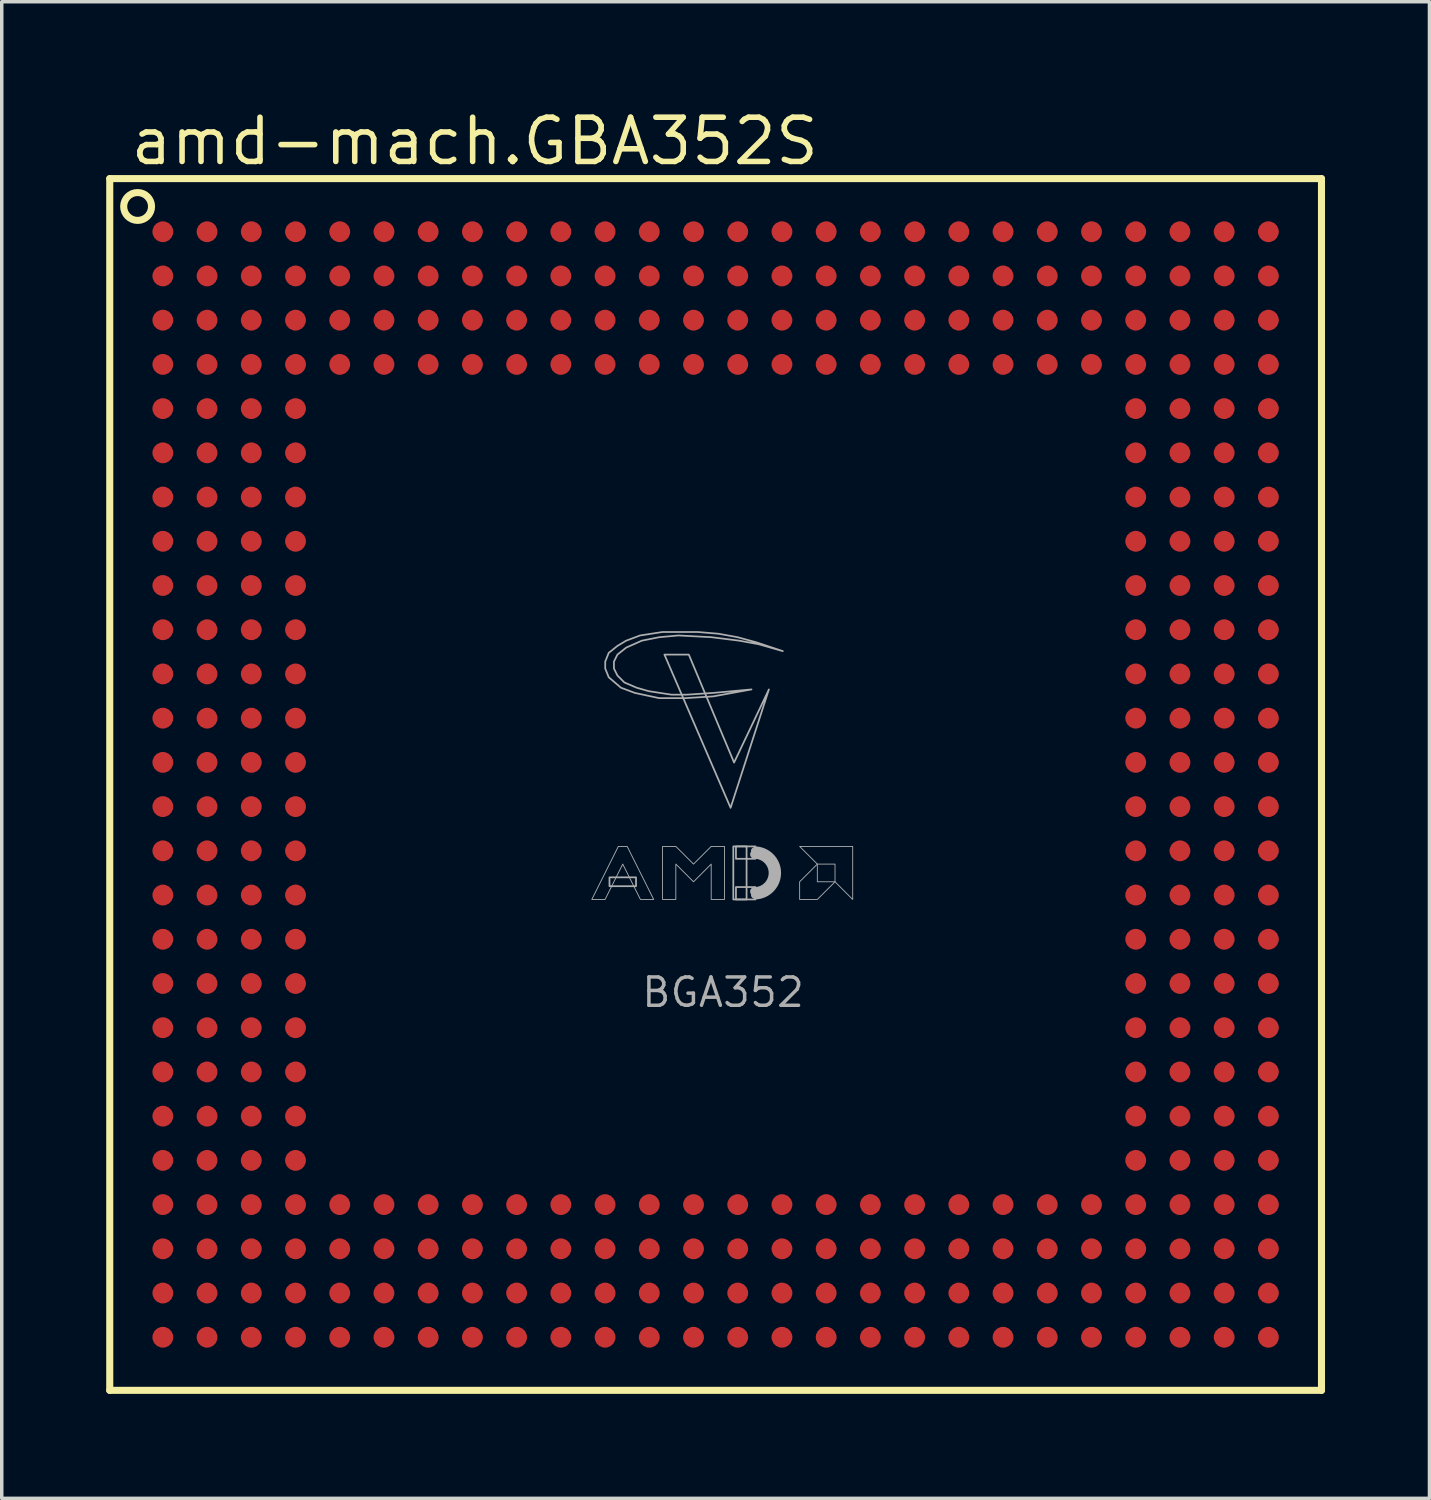
<source format=kicad_pcb>
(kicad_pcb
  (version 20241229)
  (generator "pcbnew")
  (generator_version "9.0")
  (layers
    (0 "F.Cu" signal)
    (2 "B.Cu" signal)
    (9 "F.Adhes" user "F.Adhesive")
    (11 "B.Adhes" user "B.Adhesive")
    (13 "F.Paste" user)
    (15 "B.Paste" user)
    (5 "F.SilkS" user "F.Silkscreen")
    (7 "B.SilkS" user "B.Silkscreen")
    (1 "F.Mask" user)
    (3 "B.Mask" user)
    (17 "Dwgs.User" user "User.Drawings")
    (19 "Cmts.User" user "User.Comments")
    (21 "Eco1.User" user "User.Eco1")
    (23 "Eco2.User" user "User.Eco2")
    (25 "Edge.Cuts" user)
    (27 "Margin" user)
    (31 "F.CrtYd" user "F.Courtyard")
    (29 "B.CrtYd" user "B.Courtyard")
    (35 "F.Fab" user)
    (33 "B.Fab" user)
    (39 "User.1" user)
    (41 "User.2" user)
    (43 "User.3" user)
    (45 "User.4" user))
  (footprint "amd-mach.GBA352S"
    (layer "F.Cu")
    (at 17.502 19.48)
    (property "Reference" "amd-mach.GBA352S" (at -16.88 -17.73 0) (layer "F.SilkS") (effects (font (size 1.27 1.27) (thickness 0.16)) (justify left bottom)))
    (attr smd)
    (fp_line (start -17.4 -17.4) (end -17.4 17.4) (stroke (width 0.203) (type default)) (layer "F.SilkS"))
    (fp_line (start -17.4 17.4) (end 17.4 17.4) (stroke (width 0.203) (type default)) (layer "F.SilkS"))
    (fp_line (start 17.4 -17.4) (end -17.4 -17.4) (stroke (width 0.203) (type default)) (layer "F.SilkS"))
    (fp_line (start 17.4 17.4) (end 17.4 -17.4) (stroke (width 0.203) (type default)) (layer "F.SilkS"))
    (fp_circle (center -16.6 -16.6) (end -16.2 -16.6) (stroke (width 0.203) (type default)) (fill no) (layer "F.SilkS"))
    (fp_rect (start -3.048 2.921) (end -2.286 2.667) (stroke (width 0.05) (type default)) (fill no) (layer "F.Fab"))
    (fp_rect (start 0.508 3.302) (end 0.889 1.778) (stroke (width 0.05) (type default)) (fill no) (layer "F.Fab"))
    (fp_rect (start 0.584 2.134) (end 1.143 1.778) (stroke (width 0.05) (type default)) (fill no) (layer "F.Fab"))
    (fp_rect (start 0.584 3.302) (end 1.143 2.946) (stroke (width 0.05) (type default)) (fill no) (layer "F.Fab"))
    (fp_arc (start 1.1176 1.8034) (mid 1.8542 2.54) (end 1.1176 3.2766) (stroke (width 0.0508) (type default)) (layer "F.Fab"))
    (fp_arc (start 1.1176 1.905) (mid 1.7526 2.54) (end 1.1176 3.175) (stroke (width 0.2032) (type default)) (layer "F.Fab"))
    (fp_arc (start 1.1176 2.0066) (mid 1.651 2.54) (end 1.1176 3.0734) (stroke (width 0.254) (type default)) (layer "F.Fab"))
    (fp_poly (pts (xy -1.47 -3.73) (xy -0.77 -3.73) (xy 0.53 -0.63) (xy 1.53 -2.73) (xy 0.43 0.67)) (stroke (width 0.05) (type default)) (fill no) (layer "F.Fab"))
    (fp_poly (pts (xy 2.413 1.778) (xy 3.937 1.778) (xy 3.937 3.302) (xy 3.429 2.794) (xy 3.429 2.286) (xy 2.921 2.286)) (stroke (width 0.025) (type default)) (fill no) (layer "F.Fab"))
    (fp_poly (pts (xy 2.921 2.286) (xy 2.413 2.794) (xy 2.413 3.302) (xy 2.921 3.302) (xy 3.429 2.794) (xy 2.921 2.794)) (stroke (width 0.025) (type default)) (fill no) (layer "F.Fab"))
    (fp_poly (pts (xy -3.556 3.302) (xy -2.794 1.778) (xy -2.54 1.778) (xy -1.778 3.302) (xy -2.159 3.302) (xy -2.667 2.286) (xy -3.175 3.302)) (stroke (width 0.025) (type default)) (fill no) (layer "F.Fab"))
    (fp_poly (pts (xy -1.524 3.302) (xy -1.524 1.778) (xy -1.143 1.778) (xy -0.635 2.286) (xy -0.127 1.778) (xy 0.254 1.778) (xy 0.254 3.302) (xy -0.127 3.302) (xy -0.127 2.286) (xy -0.635 2.794) (xy -1.143 2.286) (xy -1.143 3.302)) (stroke (width 0.025) (type default)) (fill no) (layer "F.Fab"))
    (fp_poly (pts (xy 1.93 -3.83) (xy 1.18 -4.08) (xy 0.63 -4.23) (xy 0.08 -4.33) (xy -0.52 -4.38) (xy -1.52 -4.38) (xy -2.17 -4.28) (xy -2.57 -4.13) (xy -2.82 -3.98) (xy -3.07 -3.78) (xy -3.17 -3.53) (xy -3.17 -3.33) (xy -3.07 -3.08) (xy -2.72 -2.78) (xy -2.32 -2.63) (xy -1.62 -2.48) (xy -0.87 -2.48) (xy -0.07 -2.53) (xy 1.03 -2.73) (xy -0.07 -2.63) (xy -0.82 -2.58) (xy -1.27 -2.58) (xy -1.92 -2.68) (xy -2.27 -2.78) (xy -2.62 -2.93) (xy -2.82 -3.13) (xy -2.92 -3.33) (xy -2.92 -3.53) (xy -2.82 -3.73) (xy -2.57 -3.93) (xy -2.12 -4.13) (xy -1.62 -4.23) (xy -1.07 -4.28) (xy -0.12 -4.23) (xy 0.68 -4.13) (xy 1.23 -4.03)) (stroke (width 0.05) (type default)) (fill no) (layer "F.Fab"))
    (fp_text user "BGA352" (at -2.175 6.445 0) (layer "F.Fab") (effects (font (size 0.813 0.813) (thickness 0.1)) (justify left bottom)))
    (pad "A1" smd roundrect (at -15.875 -15.875) (size 0.6 0.6) (layers "F.Cu" "F.Mask" "F.Paste") (roundrect_rratio 0.5))
    (pad "A2" smd roundrect (at -14.605 -15.875) (size 0.6 0.6) (layers "F.Cu" "F.Mask" "F.Paste") (roundrect_rratio 0.5))
    (pad "A3" smd roundrect (at -13.335 -15.875) (size 0.6 0.6) (layers "F.Cu" "F.Mask" "F.Paste") (roundrect_rratio 0.5))
    (pad "A4" smd roundrect (at -12.065 -15.875) (size 0.6 0.6) (layers "F.Cu" "F.Mask" "F.Paste") (roundrect_rratio 0.5))
    (pad "A5" smd roundrect (at -10.795 -15.875) (size 0.6 0.6) (layers "F.Cu" "F.Mask" "F.Paste") (roundrect_rratio 0.5))
    (pad "A6" smd roundrect (at -9.525 -15.875) (size 0.6 0.6) (layers "F.Cu" "F.Mask" "F.Paste") (roundrect_rratio 0.5))
    (pad "A7" smd roundrect (at -8.255 -15.875) (size 0.6 0.6) (layers "F.Cu" "F.Mask" "F.Paste") (roundrect_rratio 0.5))
    (pad "A8" smd roundrect (at -6.985 -15.875) (size 0.6 0.6) (layers "F.Cu" "F.Mask" "F.Paste") (roundrect_rratio 0.5))
    (pad "A9" smd roundrect (at -5.715 -15.875) (size 0.6 0.6) (layers "F.Cu" "F.Mask" "F.Paste") (roundrect_rratio 0.5))
    (pad "A10" smd roundrect (at -4.445 -15.875) (size 0.6 0.6) (layers "F.Cu" "F.Mask" "F.Paste") (roundrect_rratio 0.5))
    (pad "A11" smd roundrect (at -3.175 -15.875) (size 0.6 0.6) (layers "F.Cu" "F.Mask" "F.Paste") (roundrect_rratio 0.5))
    (pad "A12" smd roundrect (at -1.905 -15.875) (size 0.6 0.6) (layers "F.Cu" "F.Mask" "F.Paste") (roundrect_rratio 0.5))
    (pad "A13" smd roundrect (at -0.635 -15.875) (size 0.6 0.6) (layers "F.Cu" "F.Mask" "F.Paste") (roundrect_rratio 0.5))
    (pad "A14" smd roundrect (at 0.635 -15.875) (size 0.6 0.6) (layers "F.Cu" "F.Mask" "F.Paste") (roundrect_rratio 0.5))
    (pad "A15" smd roundrect (at 1.905 -15.875) (size 0.6 0.6) (layers "F.Cu" "F.Mask" "F.Paste") (roundrect_rratio 0.5))
    (pad "A16" smd roundrect (at 3.175 -15.875) (size 0.6 0.6) (layers "F.Cu" "F.Mask" "F.Paste") (roundrect_rratio 0.5))
    (pad "A17" smd roundrect (at 4.445 -15.875) (size 0.6 0.6) (layers "F.Cu" "F.Mask" "F.Paste") (roundrect_rratio 0.5))
    (pad "A18" smd roundrect (at 5.715 -15.875) (size 0.6 0.6) (layers "F.Cu" "F.Mask" "F.Paste") (roundrect_rratio 0.5))
    (pad "A19" smd roundrect (at 6.985 -15.875) (size 0.6 0.6) (layers "F.Cu" "F.Mask" "F.Paste") (roundrect_rratio 0.5))
    (pad "A20" smd roundrect (at 8.255 -15.875) (size 0.6 0.6) (layers "F.Cu" "F.Mask" "F.Paste") (roundrect_rratio 0.5))
    (pad "A21" smd roundrect (at 9.525 -15.875) (size 0.6 0.6) (layers "F.Cu" "F.Mask" "F.Paste") (roundrect_rratio 0.5))
    (pad "A22" smd roundrect (at 10.795 -15.875) (size 0.6 0.6) (layers "F.Cu" "F.Mask" "F.Paste") (roundrect_rratio 0.5))
    (pad "A23" smd roundrect (at 12.065 -15.875) (size 0.6 0.6) (layers "F.Cu" "F.Mask" "F.Paste") (roundrect_rratio 0.5))
    (pad "A24" smd roundrect (at 13.335 -15.875) (size 0.6 0.6) (layers "F.Cu" "F.Mask" "F.Paste") (roundrect_rratio 0.5))
    (pad "A25" smd roundrect (at 14.605 -15.875) (size 0.6 0.6) (layers "F.Cu" "F.Mask" "F.Paste") (roundrect_rratio 0.5))
    (pad "A26" smd roundrect (at 15.875 -15.875) (size 0.6 0.6) (layers "F.Cu" "F.Mask" "F.Paste") (roundrect_rratio 0.5))
    (pad "AA1" smd roundrect (at -15.875 9.525) (size 0.6 0.6) (layers "F.Cu" "F.Mask" "F.Paste") (roundrect_rratio 0.5))
    (pad "AA2" smd roundrect (at -14.605 9.525) (size 0.6 0.6) (layers "F.Cu" "F.Mask" "F.Paste") (roundrect_rratio 0.5))
    (pad "AA3" smd roundrect (at -13.335 9.525) (size 0.6 0.6) (layers "F.Cu" "F.Mask" "F.Paste") (roundrect_rratio 0.5))
    (pad "AA4" smd roundrect (at -12.065 9.525) (size 0.6 0.6) (layers "F.Cu" "F.Mask" "F.Paste") (roundrect_rratio 0.5))
    (pad "AA23" smd roundrect (at 12.065 9.525) (size 0.6 0.6) (layers "F.Cu" "F.Mask" "F.Paste") (roundrect_rratio 0.5))
    (pad "AA24" smd roundrect (at 13.335 9.525) (size 0.6 0.6) (layers "F.Cu" "F.Mask" "F.Paste") (roundrect_rratio 0.5))
    (pad "AA25" smd roundrect (at 14.605 9.525) (size 0.6 0.6) (layers "F.Cu" "F.Mask" "F.Paste") (roundrect_rratio 0.5))
    (pad "AA26" smd roundrect (at 15.875 9.525) (size 0.6 0.6) (layers "F.Cu" "F.Mask" "F.Paste") (roundrect_rratio 0.5))
    (pad "AB1" smd roundrect (at -15.875 10.795) (size 0.6 0.6) (layers "F.Cu" "F.Mask" "F.Paste") (roundrect_rratio 0.5))
    (pad "AB2" smd roundrect (at -14.605 10.795) (size 0.6 0.6) (layers "F.Cu" "F.Mask" "F.Paste") (roundrect_rratio 0.5))
    (pad "AB3" smd roundrect (at -13.335 10.795) (size 0.6 0.6) (layers "F.Cu" "F.Mask" "F.Paste") (roundrect_rratio 0.5))
    (pad "AB4" smd roundrect (at -12.065 10.795) (size 0.6 0.6) (layers "F.Cu" "F.Mask" "F.Paste") (roundrect_rratio 0.5))
    (pad "AB23" smd roundrect (at 12.065 10.795) (size 0.6 0.6) (layers "F.Cu" "F.Mask" "F.Paste") (roundrect_rratio 0.5))
    (pad "AB24" smd roundrect (at 13.335 10.795) (size 0.6 0.6) (layers "F.Cu" "F.Mask" "F.Paste") (roundrect_rratio 0.5))
    (pad "AB25" smd roundrect (at 14.605 10.795) (size 0.6 0.6) (layers "F.Cu" "F.Mask" "F.Paste") (roundrect_rratio 0.5))
    (pad "AB26" smd roundrect (at 15.875 10.795) (size 0.6 0.6) (layers "F.Cu" "F.Mask" "F.Paste") (roundrect_rratio 0.5))
    (pad "AC1" smd roundrect (at -15.875 12.065) (size 0.6 0.6) (layers "F.Cu" "F.Mask" "F.Paste") (roundrect_rratio 0.5))
    (pad "AC2" smd roundrect (at -14.605 12.065) (size 0.6 0.6) (layers "F.Cu" "F.Mask" "F.Paste") (roundrect_rratio 0.5))
    (pad "AC3" smd roundrect (at -13.335 12.065) (size 0.6 0.6) (layers "F.Cu" "F.Mask" "F.Paste") (roundrect_rratio 0.5))
    (pad "AC4" smd roundrect (at -12.065 12.065) (size 0.6 0.6) (layers "F.Cu" "F.Mask" "F.Paste") (roundrect_rratio 0.5))
    (pad "AC5" smd roundrect (at -10.795 12.065) (size 0.6 0.6) (layers "F.Cu" "F.Mask" "F.Paste") (roundrect_rratio 0.5))
    (pad "AC6" smd roundrect (at -9.525 12.065) (size 0.6 0.6) (layers "F.Cu" "F.Mask" "F.Paste") (roundrect_rratio 0.5))
    (pad "AC7" smd roundrect (at -8.255 12.065) (size 0.6 0.6) (layers "F.Cu" "F.Mask" "F.Paste") (roundrect_rratio 0.5))
    (pad "AC8" smd roundrect (at -6.985 12.065) (size 0.6 0.6) (layers "F.Cu" "F.Mask" "F.Paste") (roundrect_rratio 0.5))
    (pad "AC9" smd roundrect (at -5.715 12.065) (size 0.6 0.6) (layers "F.Cu" "F.Mask" "F.Paste") (roundrect_rratio 0.5))
    (pad "AC10" smd roundrect (at -4.445 12.065) (size 0.6 0.6) (layers "F.Cu" "F.Mask" "F.Paste") (roundrect_rratio 0.5))
    (pad "AC11" smd roundrect (at -3.175 12.065) (size 0.6 0.6) (layers "F.Cu" "F.Mask" "F.Paste") (roundrect_rratio 0.5))
    (pad "AC12" smd roundrect (at -1.905 12.065) (size 0.6 0.6) (layers "F.Cu" "F.Mask" "F.Paste") (roundrect_rratio 0.5))
    (pad "AC13" smd roundrect (at -0.635 12.065) (size 0.6 0.6) (layers "F.Cu" "F.Mask" "F.Paste") (roundrect_rratio 0.5))
    (pad "AC14" smd roundrect (at 0.635 12.065) (size 0.6 0.6) (layers "F.Cu" "F.Mask" "F.Paste") (roundrect_rratio 0.5))
    (pad "AC15" smd roundrect (at 1.905 12.065) (size 0.6 0.6) (layers "F.Cu" "F.Mask" "F.Paste") (roundrect_rratio 0.5))
    (pad "AC16" smd roundrect (at 3.175 12.065) (size 0.6 0.6) (layers "F.Cu" "F.Mask" "F.Paste") (roundrect_rratio 0.5))
    (pad "AC17" smd roundrect (at 4.445 12.065) (size 0.6 0.6) (layers "F.Cu" "F.Mask" "F.Paste") (roundrect_rratio 0.5))
    (pad "AC18" smd roundrect (at 5.715 12.065) (size 0.6 0.6) (layers "F.Cu" "F.Mask" "F.Paste") (roundrect_rratio 0.5))
    (pad "AC19" smd roundrect (at 6.985 12.065) (size 0.6 0.6) (layers "F.Cu" "F.Mask" "F.Paste") (roundrect_rratio 0.5))
    (pad "AC20" smd roundrect (at 8.255 12.065) (size 0.6 0.6) (layers "F.Cu" "F.Mask" "F.Paste") (roundrect_rratio 0.5))
    (pad "AC21" smd roundrect (at 9.525 12.065) (size 0.6 0.6) (layers "F.Cu" "F.Mask" "F.Paste") (roundrect_rratio 0.5))
    (pad "AC22" smd roundrect (at 10.795 12.065) (size 0.6 0.6) (layers "F.Cu" "F.Mask" "F.Paste") (roundrect_rratio 0.5))
    (pad "AC23" smd roundrect (at 12.065 12.065) (size 0.6 0.6) (layers "F.Cu" "F.Mask" "F.Paste") (roundrect_rratio 0.5))
    (pad "AC24" smd roundrect (at 13.335 12.065) (size 0.6 0.6) (layers "F.Cu" "F.Mask" "F.Paste") (roundrect_rratio 0.5))
    (pad "AC25" smd roundrect (at 14.605 12.065) (size 0.6 0.6) (layers "F.Cu" "F.Mask" "F.Paste") (roundrect_rratio 0.5))
    (pad "AC26" smd roundrect (at 15.875 12.065) (size 0.6 0.6) (layers "F.Cu" "F.Mask" "F.Paste") (roundrect_rratio 0.5))
    (pad "AD1" smd roundrect (at -15.875 13.335) (size 0.6 0.6) (layers "F.Cu" "F.Mask" "F.Paste") (roundrect_rratio 0.5))
    (pad "AD2" smd roundrect (at -14.605 13.335) (size 0.6 0.6) (layers "F.Cu" "F.Mask" "F.Paste") (roundrect_rratio 0.5))
    (pad "AD3" smd roundrect (at -13.335 13.335) (size 0.6 0.6) (layers "F.Cu" "F.Mask" "F.Paste") (roundrect_rratio 0.5))
    (pad "AD4" smd roundrect (at -12.065 13.335) (size 0.6 0.6) (layers "F.Cu" "F.Mask" "F.Paste") (roundrect_rratio 0.5))
    (pad "AD5" smd roundrect (at -10.795 13.335) (size 0.6 0.6) (layers "F.Cu" "F.Mask" "F.Paste") (roundrect_rratio 0.5))
    (pad "AD6" smd roundrect (at -9.525 13.335) (size 0.6 0.6) (layers "F.Cu" "F.Mask" "F.Paste") (roundrect_rratio 0.5))
    (pad "AD7" smd roundrect (at -8.255 13.335) (size 0.6 0.6) (layers "F.Cu" "F.Mask" "F.Paste") (roundrect_rratio 0.5))
    (pad "AD8" smd roundrect (at -6.985 13.335) (size 0.6 0.6) (layers "F.Cu" "F.Mask" "F.Paste") (roundrect_rratio 0.5))
    (pad "AD9" smd roundrect (at -5.715 13.335) (size 0.6 0.6) (layers "F.Cu" "F.Mask" "F.Paste") (roundrect_rratio 0.5))
    (pad "AD10" smd roundrect (at -4.445 13.335) (size 0.6 0.6) (layers "F.Cu" "F.Mask" "F.Paste") (roundrect_rratio 0.5))
    (pad "AD11" smd roundrect (at -3.175 13.335) (size 0.6 0.6) (layers "F.Cu" "F.Mask" "F.Paste") (roundrect_rratio 0.5))
    (pad "AD12" smd roundrect (at -1.905 13.335) (size 0.6 0.6) (layers "F.Cu" "F.Mask" "F.Paste") (roundrect_rratio 0.5))
    (pad "AD13" smd roundrect (at -0.635 13.335) (size 0.6 0.6) (layers "F.Cu" "F.Mask" "F.Paste") (roundrect_rratio 0.5))
    (pad "AD14" smd roundrect (at 0.635 13.335) (size 0.6 0.6) (layers "F.Cu" "F.Mask" "F.Paste") (roundrect_rratio 0.5))
    (pad "AD15" smd roundrect (at 1.905 13.335) (size 0.6 0.6) (layers "F.Cu" "F.Mask" "F.Paste") (roundrect_rratio 0.5))
    (pad "AD16" smd roundrect (at 3.175 13.335) (size 0.6 0.6) (layers "F.Cu" "F.Mask" "F.Paste") (roundrect_rratio 0.5))
    (pad "AD17" smd roundrect (at 4.445 13.335) (size 0.6 0.6) (layers "F.Cu" "F.Mask" "F.Paste") (roundrect_rratio 0.5))
    (pad "AD18" smd roundrect (at 5.715 13.335) (size 0.6 0.6) (layers "F.Cu" "F.Mask" "F.Paste") (roundrect_rratio 0.5))
    (pad "AD19" smd roundrect (at 6.985 13.335) (size 0.6 0.6) (layers "F.Cu" "F.Mask" "F.Paste") (roundrect_rratio 0.5))
    (pad "AD20" smd roundrect (at 8.255 13.335) (size 0.6 0.6) (layers "F.Cu" "F.Mask" "F.Paste") (roundrect_rratio 0.5))
    (pad "AD21" smd roundrect (at 9.525 13.335) (size 0.6 0.6) (layers "F.Cu" "F.Mask" "F.Paste") (roundrect_rratio 0.5))
    (pad "AD22" smd roundrect (at 10.795 13.335) (size 0.6 0.6) (layers "F.Cu" "F.Mask" "F.Paste") (roundrect_rratio 0.5))
    (pad "AD23" smd roundrect (at 12.065 13.335) (size 0.6 0.6) (layers "F.Cu" "F.Mask" "F.Paste") (roundrect_rratio 0.5))
    (pad "AD24" smd roundrect (at 13.335 13.335) (size 0.6 0.6) (layers "F.Cu" "F.Mask" "F.Paste") (roundrect_rratio 0.5))
    (pad "AD25" smd roundrect (at 14.605 13.335) (size 0.6 0.6) (layers "F.Cu" "F.Mask" "F.Paste") (roundrect_rratio 0.5))
    (pad "AD26" smd roundrect (at 15.875 13.335) (size 0.6 0.6) (layers "F.Cu" "F.Mask" "F.Paste") (roundrect_rratio 0.5))
    (pad "AE1" smd roundrect (at -15.875 14.605) (size 0.6 0.6) (layers "F.Cu" "F.Mask" "F.Paste") (roundrect_rratio 0.5))
    (pad "AE2" smd roundrect (at -14.605 14.605) (size 0.6 0.6) (layers "F.Cu" "F.Mask" "F.Paste") (roundrect_rratio 0.5))
    (pad "AE3" smd roundrect (at -13.335 14.605) (size 0.6 0.6) (layers "F.Cu" "F.Mask" "F.Paste") (roundrect_rratio 0.5))
    (pad "AE4" smd roundrect (at -12.065 14.605) (size 0.6 0.6) (layers "F.Cu" "F.Mask" "F.Paste") (roundrect_rratio 0.5))
    (pad "AE5" smd roundrect (at -10.795 14.605) (size 0.6 0.6) (layers "F.Cu" "F.Mask" "F.Paste") (roundrect_rratio 0.5))
    (pad "AE6" smd roundrect (at -9.525 14.605) (size 0.6 0.6) (layers "F.Cu" "F.Mask" "F.Paste") (roundrect_rratio 0.5))
    (pad "AE7" smd roundrect (at -8.255 14.605) (size 0.6 0.6) (layers "F.Cu" "F.Mask" "F.Paste") (roundrect_rratio 0.5))
    (pad "AE8" smd roundrect (at -6.985 14.605) (size 0.6 0.6) (layers "F.Cu" "F.Mask" "F.Paste") (roundrect_rratio 0.5))
    (pad "AE9" smd roundrect (at -5.715 14.605) (size 0.6 0.6) (layers "F.Cu" "F.Mask" "F.Paste") (roundrect_rratio 0.5))
    (pad "AE10" smd roundrect (at -4.445 14.605) (size 0.6 0.6) (layers "F.Cu" "F.Mask" "F.Paste") (roundrect_rratio 0.5))
    (pad "AE11" smd roundrect (at -3.175 14.605) (size 0.6 0.6) (layers "F.Cu" "F.Mask" "F.Paste") (roundrect_rratio 0.5))
    (pad "AE12" smd roundrect (at -1.905 14.605) (size 0.6 0.6) (layers "F.Cu" "F.Mask" "F.Paste") (roundrect_rratio 0.5))
    (pad "AE13" smd roundrect (at -0.635 14.605) (size 0.6 0.6) (layers "F.Cu" "F.Mask" "F.Paste") (roundrect_rratio 0.5))
    (pad "AE14" smd roundrect (at 0.635 14.605) (size 0.6 0.6) (layers "F.Cu" "F.Mask" "F.Paste") (roundrect_rratio 0.5))
    (pad "AE15" smd roundrect (at 1.905 14.605) (size 0.6 0.6) (layers "F.Cu" "F.Mask" "F.Paste") (roundrect_rratio 0.5))
    (pad "AE16" smd roundrect (at 3.175 14.605) (size 0.6 0.6) (layers "F.Cu" "F.Mask" "F.Paste") (roundrect_rratio 0.5))
    (pad "AE17" smd roundrect (at 4.445 14.605) (size 0.6 0.6) (layers "F.Cu" "F.Mask" "F.Paste") (roundrect_rratio 0.5))
    (pad "AE18" smd roundrect (at 5.715 14.605) (size 0.6 0.6) (layers "F.Cu" "F.Mask" "F.Paste") (roundrect_rratio 0.5))
    (pad "AE19" smd roundrect (at 6.985 14.605) (size 0.6 0.6) (layers "F.Cu" "F.Mask" "F.Paste") (roundrect_rratio 0.5))
    (pad "AE20" smd roundrect (at 8.255 14.605) (size 0.6 0.6) (layers "F.Cu" "F.Mask" "F.Paste") (roundrect_rratio 0.5))
    (pad "AE21" smd roundrect (at 9.525 14.605) (size 0.6 0.6) (layers "F.Cu" "F.Mask" "F.Paste") (roundrect_rratio 0.5))
    (pad "AE22" smd roundrect (at 10.795 14.605) (size 0.6 0.6) (layers "F.Cu" "F.Mask" "F.Paste") (roundrect_rratio 0.5))
    (pad "AE23" smd roundrect (at 12.065 14.605) (size 0.6 0.6) (layers "F.Cu" "F.Mask" "F.Paste") (roundrect_rratio 0.5))
    (pad "AE24" smd roundrect (at 13.335 14.605) (size 0.6 0.6) (layers "F.Cu" "F.Mask" "F.Paste") (roundrect_rratio 0.5))
    (pad "AE25" smd roundrect (at 14.605 14.605) (size 0.6 0.6) (layers "F.Cu" "F.Mask" "F.Paste") (roundrect_rratio 0.5))
    (pad "AE26" smd roundrect (at 15.875 14.605) (size 0.6 0.6) (layers "F.Cu" "F.Mask" "F.Paste") (roundrect_rratio 0.5))
    (pad "AF1" smd roundrect (at -15.875 15.875) (size 0.6 0.6) (layers "F.Cu" "F.Mask" "F.Paste") (roundrect_rratio 0.5))
    (pad "AF2" smd roundrect (at -14.605 15.875) (size 0.6 0.6) (layers "F.Cu" "F.Mask" "F.Paste") (roundrect_rratio 0.5))
    (pad "AF3" smd roundrect (at -13.335 15.875) (size 0.6 0.6) (layers "F.Cu" "F.Mask" "F.Paste") (roundrect_rratio 0.5))
    (pad "AF4" smd roundrect (at -12.065 15.875) (size 0.6 0.6) (layers "F.Cu" "F.Mask" "F.Paste") (roundrect_rratio 0.5))
    (pad "AF5" smd roundrect (at -10.795 15.875) (size 0.6 0.6) (layers "F.Cu" "F.Mask" "F.Paste") (roundrect_rratio 0.5))
    (pad "AF6" smd roundrect (at -9.525 15.875) (size 0.6 0.6) (layers "F.Cu" "F.Mask" "F.Paste") (roundrect_rratio 0.5))
    (pad "AF7" smd roundrect (at -8.255 15.875) (size 0.6 0.6) (layers "F.Cu" "F.Mask" "F.Paste") (roundrect_rratio 0.5))
    (pad "AF8" smd roundrect (at -6.985 15.875) (size 0.6 0.6) (layers "F.Cu" "F.Mask" "F.Paste") (roundrect_rratio 0.5))
    (pad "AF9" smd roundrect (at -5.715 15.875) (size 0.6 0.6) (layers "F.Cu" "F.Mask" "F.Paste") (roundrect_rratio 0.5))
    (pad "AF10" smd roundrect (at -4.445 15.875) (size 0.6 0.6) (layers "F.Cu" "F.Mask" "F.Paste") (roundrect_rratio 0.5))
    (pad "AF11" smd roundrect (at -3.175 15.875) (size 0.6 0.6) (layers "F.Cu" "F.Mask" "F.Paste") (roundrect_rratio 0.5))
    (pad "AF12" smd roundrect (at -1.905 15.875) (size 0.6 0.6) (layers "F.Cu" "F.Mask" "F.Paste") (roundrect_rratio 0.5))
    (pad "AF13" smd roundrect (at -0.635 15.875) (size 0.6 0.6) (layers "F.Cu" "F.Mask" "F.Paste") (roundrect_rratio 0.5))
    (pad "AF14" smd roundrect (at 0.635 15.875) (size 0.6 0.6) (layers "F.Cu" "F.Mask" "F.Paste") (roundrect_rratio 0.5))
    (pad "AF15" smd roundrect (at 1.905 15.875) (size 0.6 0.6) (layers "F.Cu" "F.Mask" "F.Paste") (roundrect_rratio 0.5))
    (pad "AF16" smd roundrect (at 3.175 15.875) (size 0.6 0.6) (layers "F.Cu" "F.Mask" "F.Paste") (roundrect_rratio 0.5))
    (pad "AF17" smd roundrect (at 4.445 15.875) (size 0.6 0.6) (layers "F.Cu" "F.Mask" "F.Paste") (roundrect_rratio 0.5))
    (pad "AF18" smd roundrect (at 5.715 15.875) (size 0.6 0.6) (layers "F.Cu" "F.Mask" "F.Paste") (roundrect_rratio 0.5))
    (pad "AF19" smd roundrect (at 6.985 15.875) (size 0.6 0.6) (layers "F.Cu" "F.Mask" "F.Paste") (roundrect_rratio 0.5))
    (pad "AF20" smd roundrect (at 8.255 15.875) (size 0.6 0.6) (layers "F.Cu" "F.Mask" "F.Paste") (roundrect_rratio 0.5))
    (pad "AF21" smd roundrect (at 9.525 15.875) (size 0.6 0.6) (layers "F.Cu" "F.Mask" "F.Paste") (roundrect_rratio 0.5))
    (pad "AF22" smd roundrect (at 10.795 15.875) (size 0.6 0.6) (layers "F.Cu" "F.Mask" "F.Paste") (roundrect_rratio 0.5))
    (pad "AF23" smd roundrect (at 12.065 15.875) (size 0.6 0.6) (layers "F.Cu" "F.Mask" "F.Paste") (roundrect_rratio 0.5))
    (pad "AF24" smd roundrect (at 13.335 15.875) (size 0.6 0.6) (layers "F.Cu" "F.Mask" "F.Paste") (roundrect_rratio 0.5))
    (pad "AF25" smd roundrect (at 14.605 15.875) (size 0.6 0.6) (layers "F.Cu" "F.Mask" "F.Paste") (roundrect_rratio 0.5))
    (pad "AF26" smd roundrect (at 15.875 15.875) (size 0.6 0.6) (layers "F.Cu" "F.Mask" "F.Paste") (roundrect_rratio 0.5))
    (pad "B1" smd roundrect (at -15.875 -14.605) (size 0.6 0.6) (layers "F.Cu" "F.Mask" "F.Paste") (roundrect_rratio 0.5))
    (pad "B2" smd roundrect (at -14.605 -14.605) (size 0.6 0.6) (layers "F.Cu" "F.Mask" "F.Paste") (roundrect_rratio 0.5))
    (pad "B3" smd roundrect (at -13.335 -14.605) (size 0.6 0.6) (layers "F.Cu" "F.Mask" "F.Paste") (roundrect_rratio 0.5))
    (pad "B4" smd roundrect (at -12.065 -14.605) (size 0.6 0.6) (layers "F.Cu" "F.Mask" "F.Paste") (roundrect_rratio 0.5))
    (pad "B5" smd roundrect (at -10.795 -14.605) (size 0.6 0.6) (layers "F.Cu" "F.Mask" "F.Paste") (roundrect_rratio 0.5))
    (pad "B6" smd roundrect (at -9.525 -14.605) (size 0.6 0.6) (layers "F.Cu" "F.Mask" "F.Paste") (roundrect_rratio 0.5))
    (pad "B7" smd roundrect (at -8.255 -14.605) (size 0.6 0.6) (layers "F.Cu" "F.Mask" "F.Paste") (roundrect_rratio 0.5))
    (pad "B8" smd roundrect (at -6.985 -14.605) (size 0.6 0.6) (layers "F.Cu" "F.Mask" "F.Paste") (roundrect_rratio 0.5))
    (pad "B9" smd roundrect (at -5.715 -14.605) (size 0.6 0.6) (layers "F.Cu" "F.Mask" "F.Paste") (roundrect_rratio 0.5))
    (pad "B10" smd roundrect (at -4.445 -14.605) (size 0.6 0.6) (layers "F.Cu" "F.Mask" "F.Paste") (roundrect_rratio 0.5))
    (pad "B11" smd roundrect (at -3.175 -14.605) (size 0.6 0.6) (layers "F.Cu" "F.Mask" "F.Paste") (roundrect_rratio 0.5))
    (pad "B12" smd roundrect (at -1.905 -14.605) (size 0.6 0.6) (layers "F.Cu" "F.Mask" "F.Paste") (roundrect_rratio 0.5))
    (pad "B13" smd roundrect (at -0.635 -14.605) (size 0.6 0.6) (layers "F.Cu" "F.Mask" "F.Paste") (roundrect_rratio 0.5))
    (pad "B14" smd roundrect (at 0.635 -14.605) (size 0.6 0.6) (layers "F.Cu" "F.Mask" "F.Paste") (roundrect_rratio 0.5))
    (pad "B15" smd roundrect (at 1.905 -14.605) (size 0.6 0.6) (layers "F.Cu" "F.Mask" "F.Paste") (roundrect_rratio 0.5))
    (pad "B16" smd roundrect (at 3.175 -14.605) (size 0.6 0.6) (layers "F.Cu" "F.Mask" "F.Paste") (roundrect_rratio 0.5))
    (pad "B17" smd roundrect (at 4.445 -14.605) (size 0.6 0.6) (layers "F.Cu" "F.Mask" "F.Paste") (roundrect_rratio 0.5))
    (pad "B18" smd roundrect (at 5.715 -14.605) (size 0.6 0.6) (layers "F.Cu" "F.Mask" "F.Paste") (roundrect_rratio 0.5))
    (pad "B19" smd roundrect (at 6.985 -14.605) (size 0.6 0.6) (layers "F.Cu" "F.Mask" "F.Paste") (roundrect_rratio 0.5))
    (pad "B20" smd roundrect (at 8.255 -14.605) (size 0.6 0.6) (layers "F.Cu" "F.Mask" "F.Paste") (roundrect_rratio 0.5))
    (pad "B21" smd roundrect (at 9.525 -14.605) (size 0.6 0.6) (layers "F.Cu" "F.Mask" "F.Paste") (roundrect_rratio 0.5))
    (pad "B22" smd roundrect (at 10.795 -14.605) (size 0.6 0.6) (layers "F.Cu" "F.Mask" "F.Paste") (roundrect_rratio 0.5))
    (pad "B23" smd roundrect (at 12.065 -14.605) (size 0.6 0.6) (layers "F.Cu" "F.Mask" "F.Paste") (roundrect_rratio 0.5))
    (pad "B24" smd roundrect (at 13.335 -14.605) (size 0.6 0.6) (layers "F.Cu" "F.Mask" "F.Paste") (roundrect_rratio 0.5))
    (pad "B25" smd roundrect (at 14.605 -14.605) (size 0.6 0.6) (layers "F.Cu" "F.Mask" "F.Paste") (roundrect_rratio 0.5))
    (pad "B26" smd roundrect (at 15.875 -14.605) (size 0.6 0.6) (layers "F.Cu" "F.Mask" "F.Paste") (roundrect_rratio 0.5))
    (pad "C1" smd roundrect (at -15.875 -13.335) (size 0.6 0.6) (layers "F.Cu" "F.Mask" "F.Paste") (roundrect_rratio 0.5))
    (pad "C2" smd roundrect (at -14.605 -13.335) (size 0.6 0.6) (layers "F.Cu" "F.Mask" "F.Paste") (roundrect_rratio 0.5))
    (pad "C3" smd roundrect (at -13.335 -13.335) (size 0.6 0.6) (layers "F.Cu" "F.Mask" "F.Paste") (roundrect_rratio 0.5))
    (pad "C4" smd roundrect (at -12.065 -13.335) (size 0.6 0.6) (layers "F.Cu" "F.Mask" "F.Paste") (roundrect_rratio 0.5))
    (pad "C5" smd roundrect (at -10.795 -13.335) (size 0.6 0.6) (layers "F.Cu" "F.Mask" "F.Paste") (roundrect_rratio 0.5))
    (pad "C6" smd roundrect (at -9.525 -13.335) (size 0.6 0.6) (layers "F.Cu" "F.Mask" "F.Paste") (roundrect_rratio 0.5))
    (pad "C7" smd roundrect (at -8.255 -13.335) (size 0.6 0.6) (layers "F.Cu" "F.Mask" "F.Paste") (roundrect_rratio 0.5))
    (pad "C8" smd roundrect (at -6.985 -13.335) (size 0.6 0.6) (layers "F.Cu" "F.Mask" "F.Paste") (roundrect_rratio 0.5))
    (pad "C9" smd roundrect (at -5.715 -13.335) (size 0.6 0.6) (layers "F.Cu" "F.Mask" "F.Paste") (roundrect_rratio 0.5))
    (pad "C10" smd roundrect (at -4.445 -13.335) (size 0.6 0.6) (layers "F.Cu" "F.Mask" "F.Paste") (roundrect_rratio 0.5))
    (pad "C11" smd roundrect (at -3.175 -13.335) (size 0.6 0.6) (layers "F.Cu" "F.Mask" "F.Paste") (roundrect_rratio 0.5))
    (pad "C12" smd roundrect (at -1.905 -13.335) (size 0.6 0.6) (layers "F.Cu" "F.Mask" "F.Paste") (roundrect_rratio 0.5))
    (pad "C13" smd roundrect (at -0.635 -13.335) (size 0.6 0.6) (layers "F.Cu" "F.Mask" "F.Paste") (roundrect_rratio 0.5))
    (pad "C14" smd roundrect (at 0.635 -13.335) (size 0.6 0.6) (layers "F.Cu" "F.Mask" "F.Paste") (roundrect_rratio 0.5))
    (pad "C15" smd roundrect (at 1.905 -13.335) (size 0.6 0.6) (layers "F.Cu" "F.Mask" "F.Paste") (roundrect_rratio 0.5))
    (pad "C16" smd roundrect (at 3.175 -13.335) (size 0.6 0.6) (layers "F.Cu" "F.Mask" "F.Paste") (roundrect_rratio 0.5))
    (pad "C17" smd roundrect (at 4.445 -13.335) (size 0.6 0.6) (layers "F.Cu" "F.Mask" "F.Paste") (roundrect_rratio 0.5))
    (pad "C18" smd roundrect (at 5.715 -13.335) (size 0.6 0.6) (layers "F.Cu" "F.Mask" "F.Paste") (roundrect_rratio 0.5))
    (pad "C19" smd roundrect (at 6.985 -13.335) (size 0.6 0.6) (layers "F.Cu" "F.Mask" "F.Paste") (roundrect_rratio 0.5))
    (pad "C20" smd roundrect (at 8.255 -13.335) (size 0.6 0.6) (layers "F.Cu" "F.Mask" "F.Paste") (roundrect_rratio 0.5))
    (pad "C21" smd roundrect (at 9.525 -13.335) (size 0.6 0.6) (layers "F.Cu" "F.Mask" "F.Paste") (roundrect_rratio 0.5))
    (pad "C22" smd roundrect (at 10.795 -13.335) (size 0.6 0.6) (layers "F.Cu" "F.Mask" "F.Paste") (roundrect_rratio 0.5))
    (pad "C23" smd roundrect (at 12.065 -13.335) (size 0.6 0.6) (layers "F.Cu" "F.Mask" "F.Paste") (roundrect_rratio 0.5))
    (pad "C24" smd roundrect (at 13.335 -13.335) (size 0.6 0.6) (layers "F.Cu" "F.Mask" "F.Paste") (roundrect_rratio 0.5))
    (pad "C25" smd roundrect (at 14.605 -13.335) (size 0.6 0.6) (layers "F.Cu" "F.Mask" "F.Paste") (roundrect_rratio 0.5))
    (pad "C26" smd roundrect (at 15.875 -13.335) (size 0.6 0.6) (layers "F.Cu" "F.Mask" "F.Paste") (roundrect_rratio 0.5))
    (pad "D1" smd roundrect (at -15.875 -12.065) (size 0.6 0.6) (layers "F.Cu" "F.Mask" "F.Paste") (roundrect_rratio 0.5))
    (pad "D2" smd roundrect (at -14.605 -12.065) (size 0.6 0.6) (layers "F.Cu" "F.Mask" "F.Paste") (roundrect_rratio 0.5))
    (pad "D3" smd roundrect (at -13.335 -12.065) (size 0.6 0.6) (layers "F.Cu" "F.Mask" "F.Paste") (roundrect_rratio 0.5))
    (pad "D4" smd roundrect (at -12.065 -12.065) (size 0.6 0.6) (layers "F.Cu" "F.Mask" "F.Paste") (roundrect_rratio 0.5))
    (pad "D5" smd roundrect (at -10.795 -12.065) (size 0.6 0.6) (layers "F.Cu" "F.Mask" "F.Paste") (roundrect_rratio 0.5))
    (pad "D6" smd roundrect (at -9.525 -12.065) (size 0.6 0.6) (layers "F.Cu" "F.Mask" "F.Paste") (roundrect_rratio 0.5))
    (pad "D7" smd roundrect (at -8.255 -12.065) (size 0.6 0.6) (layers "F.Cu" "F.Mask" "F.Paste") (roundrect_rratio 0.5))
    (pad "D8" smd roundrect (at -6.985 -12.065) (size 0.6 0.6) (layers "F.Cu" "F.Mask" "F.Paste") (roundrect_rratio 0.5))
    (pad "D9" smd roundrect (at -5.715 -12.065) (size 0.6 0.6) (layers "F.Cu" "F.Mask" "F.Paste") (roundrect_rratio 0.5))
    (pad "D10" smd roundrect (at -4.445 -12.065) (size 0.6 0.6) (layers "F.Cu" "F.Mask" "F.Paste") (roundrect_rratio 0.5))
    (pad "D11" smd roundrect (at -3.175 -12.065) (size 0.6 0.6) (layers "F.Cu" "F.Mask" "F.Paste") (roundrect_rratio 0.5))
    (pad "D12" smd roundrect (at -1.905 -12.065) (size 0.6 0.6) (layers "F.Cu" "F.Mask" "F.Paste") (roundrect_rratio 0.5))
    (pad "D13" smd roundrect (at -0.635 -12.065) (size 0.6 0.6) (layers "F.Cu" "F.Mask" "F.Paste") (roundrect_rratio 0.5))
    (pad "D14" smd roundrect (at 0.635 -12.065) (size 0.6 0.6) (layers "F.Cu" "F.Mask" "F.Paste") (roundrect_rratio 0.5))
    (pad "D15" smd roundrect (at 1.905 -12.065) (size 0.6 0.6) (layers "F.Cu" "F.Mask" "F.Paste") (roundrect_rratio 0.5))
    (pad "D16" smd roundrect (at 3.175 -12.065) (size 0.6 0.6) (layers "F.Cu" "F.Mask" "F.Paste") (roundrect_rratio 0.5))
    (pad "D17" smd roundrect (at 4.445 -12.065) (size 0.6 0.6) (layers "F.Cu" "F.Mask" "F.Paste") (roundrect_rratio 0.5))
    (pad "D18" smd roundrect (at 5.715 -12.065) (size 0.6 0.6) (layers "F.Cu" "F.Mask" "F.Paste") (roundrect_rratio 0.5))
    (pad "D19" smd roundrect (at 6.985 -12.065) (size 0.6 0.6) (layers "F.Cu" "F.Mask" "F.Paste") (roundrect_rratio 0.5))
    (pad "D20" smd roundrect (at 8.255 -12.065) (size 0.6 0.6) (layers "F.Cu" "F.Mask" "F.Paste") (roundrect_rratio 0.5))
    (pad "D21" smd roundrect (at 9.525 -12.065) (size 0.6 0.6) (layers "F.Cu" "F.Mask" "F.Paste") (roundrect_rratio 0.5))
    (pad "D22" smd roundrect (at 10.795 -12.065) (size 0.6 0.6) (layers "F.Cu" "F.Mask" "F.Paste") (roundrect_rratio 0.5))
    (pad "D23" smd roundrect (at 12.065 -12.065) (size 0.6 0.6) (layers "F.Cu" "F.Mask" "F.Paste") (roundrect_rratio 0.5))
    (pad "D24" smd roundrect (at 13.335 -12.065) (size 0.6 0.6) (layers "F.Cu" "F.Mask" "F.Paste") (roundrect_rratio 0.5))
    (pad "D25" smd roundrect (at 14.605 -12.065) (size 0.6 0.6) (layers "F.Cu" "F.Mask" "F.Paste") (roundrect_rratio 0.5))
    (pad "D26" smd roundrect (at 15.875 -12.065) (size 0.6 0.6) (layers "F.Cu" "F.Mask" "F.Paste") (roundrect_rratio 0.5))
    (pad "E1" smd roundrect (at -15.875 -10.795) (size 0.6 0.6) (layers "F.Cu" "F.Mask" "F.Paste") (roundrect_rratio 0.5))
    (pad "E2" smd roundrect (at -14.605 -10.795) (size 0.6 0.6) (layers "F.Cu" "F.Mask" "F.Paste") (roundrect_rratio 0.5))
    (pad "E3" smd roundrect (at -13.335 -10.795) (size 0.6 0.6) (layers "F.Cu" "F.Mask" "F.Paste") (roundrect_rratio 0.5))
    (pad "E4" smd roundrect (at -12.065 -10.795) (size 0.6 0.6) (layers "F.Cu" "F.Mask" "F.Paste") (roundrect_rratio 0.5))
    (pad "E23" smd roundrect (at 12.065 -10.795) (size 0.6 0.6) (layers "F.Cu" "F.Mask" "F.Paste") (roundrect_rratio 0.5))
    (pad "E24" smd roundrect (at 13.335 -10.795) (size 0.6 0.6) (layers "F.Cu" "F.Mask" "F.Paste") (roundrect_rratio 0.5))
    (pad "E25" smd roundrect (at 14.605 -10.795) (size 0.6 0.6) (layers "F.Cu" "F.Mask" "F.Paste") (roundrect_rratio 0.5))
    (pad "E26" smd roundrect (at 15.875 -10.795) (size 0.6 0.6) (layers "F.Cu" "F.Mask" "F.Paste") (roundrect_rratio 0.5))
    (pad "F1" smd roundrect (at -15.875 -9.525) (size 0.6 0.6) (layers "F.Cu" "F.Mask" "F.Paste") (roundrect_rratio 0.5))
    (pad "F2" smd roundrect (at -14.605 -9.525) (size 0.6 0.6) (layers "F.Cu" "F.Mask" "F.Paste") (roundrect_rratio 0.5))
    (pad "F3" smd roundrect (at -13.335 -9.525) (size 0.6 0.6) (layers "F.Cu" "F.Mask" "F.Paste") (roundrect_rratio 0.5))
    (pad "F4" smd roundrect (at -12.065 -9.525) (size 0.6 0.6) (layers "F.Cu" "F.Mask" "F.Paste") (roundrect_rratio 0.5))
    (pad "F23" smd roundrect (at 12.065 -9.525) (size 0.6 0.6) (layers "F.Cu" "F.Mask" "F.Paste") (roundrect_rratio 0.5))
    (pad "F24" smd roundrect (at 13.335 -9.525) (size 0.6 0.6) (layers "F.Cu" "F.Mask" "F.Paste") (roundrect_rratio 0.5))
    (pad "F25" smd roundrect (at 14.605 -9.525) (size 0.6 0.6) (layers "F.Cu" "F.Mask" "F.Paste") (roundrect_rratio 0.5))
    (pad "F26" smd roundrect (at 15.875 -9.525) (size 0.6 0.6) (layers "F.Cu" "F.Mask" "F.Paste") (roundrect_rratio 0.5))
    (pad "G1" smd roundrect (at -15.875 -8.255) (size 0.6 0.6) (layers "F.Cu" "F.Mask" "F.Paste") (roundrect_rratio 0.5))
    (pad "G2" smd roundrect (at -14.605 -8.255) (size 0.6 0.6) (layers "F.Cu" "F.Mask" "F.Paste") (roundrect_rratio 0.5))
    (pad "G3" smd roundrect (at -13.335 -8.255) (size 0.6 0.6) (layers "F.Cu" "F.Mask" "F.Paste") (roundrect_rratio 0.5))
    (pad "G4" smd roundrect (at -12.065 -8.255) (size 0.6 0.6) (layers "F.Cu" "F.Mask" "F.Paste") (roundrect_rratio 0.5))
    (pad "G23" smd roundrect (at 12.065 -8.255) (size 0.6 0.6) (layers "F.Cu" "F.Mask" "F.Paste") (roundrect_rratio 0.5))
    (pad "G24" smd roundrect (at 13.335 -8.255) (size 0.6 0.6) (layers "F.Cu" "F.Mask" "F.Paste") (roundrect_rratio 0.5))
    (pad "G25" smd roundrect (at 14.605 -8.255) (size 0.6 0.6) (layers "F.Cu" "F.Mask" "F.Paste") (roundrect_rratio 0.5))
    (pad "G26" smd roundrect (at 15.875 -8.255) (size 0.6 0.6) (layers "F.Cu" "F.Mask" "F.Paste") (roundrect_rratio 0.5))
    (pad "H1" smd roundrect (at -15.875 -6.985) (size 0.6 0.6) (layers "F.Cu" "F.Mask" "F.Paste") (roundrect_rratio 0.5))
    (pad "H2" smd roundrect (at -14.605 -6.985) (size 0.6 0.6) (layers "F.Cu" "F.Mask" "F.Paste") (roundrect_rratio 0.5))
    (pad "H3" smd roundrect (at -13.335 -6.985) (size 0.6 0.6) (layers "F.Cu" "F.Mask" "F.Paste") (roundrect_rratio 0.5))
    (pad "H4" smd roundrect (at -12.065 -6.985) (size 0.6 0.6) (layers "F.Cu" "F.Mask" "F.Paste") (roundrect_rratio 0.5))
    (pad "H23" smd roundrect (at 12.065 -6.985) (size 0.6 0.6) (layers "F.Cu" "F.Mask" "F.Paste") (roundrect_rratio 0.5))
    (pad "H24" smd roundrect (at 13.335 -6.985) (size 0.6 0.6) (layers "F.Cu" "F.Mask" "F.Paste") (roundrect_rratio 0.5))
    (pad "H25" smd roundrect (at 14.605 -6.985) (size 0.6 0.6) (layers "F.Cu" "F.Mask" "F.Paste") (roundrect_rratio 0.5))
    (pad "H26" smd roundrect (at 15.875 -6.985) (size 0.6 0.6) (layers "F.Cu" "F.Mask" "F.Paste") (roundrect_rratio 0.5))
    (pad "J1" smd roundrect (at -15.875 -5.715) (size 0.6 0.6) (layers "F.Cu" "F.Mask" "F.Paste") (roundrect_rratio 0.5))
    (pad "J2" smd roundrect (at -14.605 -5.715) (size 0.6 0.6) (layers "F.Cu" "F.Mask" "F.Paste") (roundrect_rratio 0.5))
    (pad "J3" smd roundrect (at -13.335 -5.715) (size 0.6 0.6) (layers "F.Cu" "F.Mask" "F.Paste") (roundrect_rratio 0.5))
    (pad "J4" smd roundrect (at -12.065 -5.715) (size 0.6 0.6) (layers "F.Cu" "F.Mask" "F.Paste") (roundrect_rratio 0.5))
    (pad "J23" smd roundrect (at 12.065 -5.715) (size 0.6 0.6) (layers "F.Cu" "F.Mask" "F.Paste") (roundrect_rratio 0.5))
    (pad "J24" smd roundrect (at 13.335 -5.715) (size 0.6 0.6) (layers "F.Cu" "F.Mask" "F.Paste") (roundrect_rratio 0.5))
    (pad "J25" smd roundrect (at 14.605 -5.715) (size 0.6 0.6) (layers "F.Cu" "F.Mask" "F.Paste") (roundrect_rratio 0.5))
    (pad "J26" smd roundrect (at 15.875 -5.715) (size 0.6 0.6) (layers "F.Cu" "F.Mask" "F.Paste") (roundrect_rratio 0.5))
    (pad "K1" smd roundrect (at -15.875 -4.445) (size 0.6 0.6) (layers "F.Cu" "F.Mask" "F.Paste") (roundrect_rratio 0.5))
    (pad "K2" smd roundrect (at -14.605 -4.445) (size 0.6 0.6) (layers "F.Cu" "F.Mask" "F.Paste") (roundrect_rratio 0.5))
    (pad "K3" smd roundrect (at -13.335 -4.445) (size 0.6 0.6) (layers "F.Cu" "F.Mask" "F.Paste") (roundrect_rratio 0.5))
    (pad "K4" smd roundrect (at -12.065 -4.445) (size 0.6 0.6) (layers "F.Cu" "F.Mask" "F.Paste") (roundrect_rratio 0.5))
    (pad "K23" smd roundrect (at 12.065 -4.445) (size 0.6 0.6) (layers "F.Cu" "F.Mask" "F.Paste") (roundrect_rratio 0.5))
    (pad "K24" smd roundrect (at 13.335 -4.445) (size 0.6 0.6) (layers "F.Cu" "F.Mask" "F.Paste") (roundrect_rratio 0.5))
    (pad "K25" smd roundrect (at 14.605 -4.445) (size 0.6 0.6) (layers "F.Cu" "F.Mask" "F.Paste") (roundrect_rratio 0.5))
    (pad "K26" smd roundrect (at 15.875 -4.445) (size 0.6 0.6) (layers "F.Cu" "F.Mask" "F.Paste") (roundrect_rratio 0.5))
    (pad "L1" smd roundrect (at -15.875 -3.175) (size 0.6 0.6) (layers "F.Cu" "F.Mask" "F.Paste") (roundrect_rratio 0.5))
    (pad "L2" smd roundrect (at -14.605 -3.175) (size 0.6 0.6) (layers "F.Cu" "F.Mask" "F.Paste") (roundrect_rratio 0.5))
    (pad "L3" smd roundrect (at -13.335 -3.175) (size 0.6 0.6) (layers "F.Cu" "F.Mask" "F.Paste") (roundrect_rratio 0.5))
    (pad "L4" smd roundrect (at -12.065 -3.175) (size 0.6 0.6) (layers "F.Cu" "F.Mask" "F.Paste") (roundrect_rratio 0.5))
    (pad "L23" smd roundrect (at 12.065 -3.175) (size 0.6 0.6) (layers "F.Cu" "F.Mask" "F.Paste") (roundrect_rratio 0.5))
    (pad "L24" smd roundrect (at 13.335 -3.175) (size 0.6 0.6) (layers "F.Cu" "F.Mask" "F.Paste") (roundrect_rratio 0.5))
    (pad "L25" smd roundrect (at 14.605 -3.175) (size 0.6 0.6) (layers "F.Cu" "F.Mask" "F.Paste") (roundrect_rratio 0.5))
    (pad "L26" smd roundrect (at 15.875 -3.175) (size 0.6 0.6) (layers "F.Cu" "F.Mask" "F.Paste") (roundrect_rratio 0.5))
    (pad "M1" smd roundrect (at -15.875 -1.905) (size 0.6 0.6) (layers "F.Cu" "F.Mask" "F.Paste") (roundrect_rratio 0.5))
    (pad "M2" smd roundrect (at -14.605 -1.905) (size 0.6 0.6) (layers "F.Cu" "F.Mask" "F.Paste") (roundrect_rratio 0.5))
    (pad "M3" smd roundrect (at -13.335 -1.905) (size 0.6 0.6) (layers "F.Cu" "F.Mask" "F.Paste") (roundrect_rratio 0.5))
    (pad "M4" smd roundrect (at -12.065 -1.905) (size 0.6 0.6) (layers "F.Cu" "F.Mask" "F.Paste") (roundrect_rratio 0.5))
    (pad "M23" smd roundrect (at 12.065 -1.905) (size 0.6 0.6) (layers "F.Cu" "F.Mask" "F.Paste") (roundrect_rratio 0.5))
    (pad "M24" smd roundrect (at 13.335 -1.905) (size 0.6 0.6) (layers "F.Cu" "F.Mask" "F.Paste") (roundrect_rratio 0.5))
    (pad "M25" smd roundrect (at 14.605 -1.905) (size 0.6 0.6) (layers "F.Cu" "F.Mask" "F.Paste") (roundrect_rratio 0.5))
    (pad "M26" smd roundrect (at 15.875 -1.905) (size 0.6 0.6) (layers "F.Cu" "F.Mask" "F.Paste") (roundrect_rratio 0.5))
    (pad "N1" smd roundrect (at -15.875 -0.635) (size 0.6 0.6) (layers "F.Cu" "F.Mask" "F.Paste") (roundrect_rratio 0.5))
    (pad "N2" smd roundrect (at -14.605 -0.635) (size 0.6 0.6) (layers "F.Cu" "F.Mask" "F.Paste") (roundrect_rratio 0.5))
    (pad "N3" smd roundrect (at -13.335 -0.635) (size 0.6 0.6) (layers "F.Cu" "F.Mask" "F.Paste") (roundrect_rratio 0.5))
    (pad "N4" smd roundrect (at -12.065 -0.635) (size 0.6 0.6) (layers "F.Cu" "F.Mask" "F.Paste") (roundrect_rratio 0.5))
    (pad "N23" smd roundrect (at 12.065 -0.635) (size 0.6 0.6) (layers "F.Cu" "F.Mask" "F.Paste") (roundrect_rratio 0.5))
    (pad "N24" smd roundrect (at 13.335 -0.635) (size 0.6 0.6) (layers "F.Cu" "F.Mask" "F.Paste") (roundrect_rratio 0.5))
    (pad "N25" smd roundrect (at 14.605 -0.635) (size 0.6 0.6) (layers "F.Cu" "F.Mask" "F.Paste") (roundrect_rratio 0.5))
    (pad "N26" smd roundrect (at 15.875 -0.635) (size 0.6 0.6) (layers "F.Cu" "F.Mask" "F.Paste") (roundrect_rratio 0.5))
    (pad "P1" smd roundrect (at -15.875 0.635) (size 0.6 0.6) (layers "F.Cu" "F.Mask" "F.Paste") (roundrect_rratio 0.5))
    (pad "P2" smd roundrect (at -14.605 0.635) (size 0.6 0.6) (layers "F.Cu" "F.Mask" "F.Paste") (roundrect_rratio 0.5))
    (pad "P3" smd roundrect (at -13.335 0.635) (size 0.6 0.6) (layers "F.Cu" "F.Mask" "F.Paste") (roundrect_rratio 0.5))
    (pad "P4" smd roundrect (at -12.065 0.635) (size 0.6 0.6) (layers "F.Cu" "F.Mask" "F.Paste") (roundrect_rratio 0.5))
    (pad "P23" smd roundrect (at 12.065 0.635) (size 0.6 0.6) (layers "F.Cu" "F.Mask" "F.Paste") (roundrect_rratio 0.5))
    (pad "P24" smd roundrect (at 13.335 0.635) (size 0.6 0.6) (layers "F.Cu" "F.Mask" "F.Paste") (roundrect_rratio 0.5))
    (pad "P25" smd roundrect (at 14.605 0.635) (size 0.6 0.6) (layers "F.Cu" "F.Mask" "F.Paste") (roundrect_rratio 0.5))
    (pad "P26" smd roundrect (at 15.875 0.635) (size 0.6 0.6) (layers "F.Cu" "F.Mask" "F.Paste") (roundrect_rratio 0.5))
    (pad "R1" smd roundrect (at -15.875 1.905) (size 0.6 0.6) (layers "F.Cu" "F.Mask" "F.Paste") (roundrect_rratio 0.5))
    (pad "R2" smd roundrect (at -14.605 1.905) (size 0.6 0.6) (layers "F.Cu" "F.Mask" "F.Paste") (roundrect_rratio 0.5))
    (pad "R3" smd roundrect (at -13.335 1.905) (size 0.6 0.6) (layers "F.Cu" "F.Mask" "F.Paste") (roundrect_rratio 0.5))
    (pad "R4" smd roundrect (at -12.065 1.905) (size 0.6 0.6) (layers "F.Cu" "F.Mask" "F.Paste") (roundrect_rratio 0.5))
    (pad "R23" smd roundrect (at 12.065 1.905) (size 0.6 0.6) (layers "F.Cu" "F.Mask" "F.Paste") (roundrect_rratio 0.5))
    (pad "R24" smd roundrect (at 13.335 1.905) (size 0.6 0.6) (layers "F.Cu" "F.Mask" "F.Paste") (roundrect_rratio 0.5))
    (pad "R25" smd roundrect (at 14.605 1.905) (size 0.6 0.6) (layers "F.Cu" "F.Mask" "F.Paste") (roundrect_rratio 0.5))
    (pad "R26" smd roundrect (at 15.875 1.905) (size 0.6 0.6) (layers "F.Cu" "F.Mask" "F.Paste") (roundrect_rratio 0.5))
    (pad "T1" smd roundrect (at -15.875 3.175) (size 0.6 0.6) (layers "F.Cu" "F.Mask" "F.Paste") (roundrect_rratio 0.5))
    (pad "T2" smd roundrect (at -14.605 3.175) (size 0.6 0.6) (layers "F.Cu" "F.Mask" "F.Paste") (roundrect_rratio 0.5))
    (pad "T3" smd roundrect (at -13.335 3.175) (size 0.6 0.6) (layers "F.Cu" "F.Mask" "F.Paste") (roundrect_rratio 0.5))
    (pad "T4" smd roundrect (at -12.065 3.175) (size 0.6 0.6) (layers "F.Cu" "F.Mask" "F.Paste") (roundrect_rratio 0.5))
    (pad "T23" smd roundrect (at 12.065 3.175) (size 0.6 0.6) (layers "F.Cu" "F.Mask" "F.Paste") (roundrect_rratio 0.5))
    (pad "T24" smd roundrect (at 13.335 3.175) (size 0.6 0.6) (layers "F.Cu" "F.Mask" "F.Paste") (roundrect_rratio 0.5))
    (pad "T25" smd roundrect (at 14.605 3.175) (size 0.6 0.6) (layers "F.Cu" "F.Mask" "F.Paste") (roundrect_rratio 0.5))
    (pad "T26" smd roundrect (at 15.875 3.175) (size 0.6 0.6) (layers "F.Cu" "F.Mask" "F.Paste") (roundrect_rratio 0.5))
    (pad "U1" smd roundrect (at -15.875 4.445) (size 0.6 0.6) (layers "F.Cu" "F.Mask" "F.Paste") (roundrect_rratio 0.5))
    (pad "U2" smd roundrect (at -14.605 4.445) (size 0.6 0.6) (layers "F.Cu" "F.Mask" "F.Paste") (roundrect_rratio 0.5))
    (pad "U3" smd roundrect (at -13.335 4.445) (size 0.6 0.6) (layers "F.Cu" "F.Mask" "F.Paste") (roundrect_rratio 0.5))
    (pad "U4" smd roundrect (at -12.065 4.445) (size 0.6 0.6) (layers "F.Cu" "F.Mask" "F.Paste") (roundrect_rratio 0.5))
    (pad "U23" smd roundrect (at 12.065 4.445) (size 0.6 0.6) (layers "F.Cu" "F.Mask" "F.Paste") (roundrect_rratio 0.5))
    (pad "U24" smd roundrect (at 13.335 4.445) (size 0.6 0.6) (layers "F.Cu" "F.Mask" "F.Paste") (roundrect_rratio 0.5))
    (pad "U25" smd roundrect (at 14.605 4.445) (size 0.6 0.6) (layers "F.Cu" "F.Mask" "F.Paste") (roundrect_rratio 0.5))
    (pad "U26" smd roundrect (at 15.875 4.445) (size 0.6 0.6) (layers "F.Cu" "F.Mask" "F.Paste") (roundrect_rratio 0.5))
    (pad "V1" smd roundrect (at -15.875 5.715) (size 0.6 0.6) (layers "F.Cu" "F.Mask" "F.Paste") (roundrect_rratio 0.5))
    (pad "V2" smd roundrect (at -14.605 5.715) (size 0.6 0.6) (layers "F.Cu" "F.Mask" "F.Paste") (roundrect_rratio 0.5))
    (pad "V3" smd roundrect (at -13.335 5.715) (size 0.6 0.6) (layers "F.Cu" "F.Mask" "F.Paste") (roundrect_rratio 0.5))
    (pad "V4" smd roundrect (at -12.065 5.715) (size 0.6 0.6) (layers "F.Cu" "F.Mask" "F.Paste") (roundrect_rratio 0.5))
    (pad "V23" smd roundrect (at 12.065 5.715) (size 0.6 0.6) (layers "F.Cu" "F.Mask" "F.Paste") (roundrect_rratio 0.5))
    (pad "V24" smd roundrect (at 13.335 5.715) (size 0.6 0.6) (layers "F.Cu" "F.Mask" "F.Paste") (roundrect_rratio 0.5))
    (pad "V25" smd roundrect (at 14.605 5.715) (size 0.6 0.6) (layers "F.Cu" "F.Mask" "F.Paste") (roundrect_rratio 0.5))
    (pad "V26" smd roundrect (at 15.875 5.715) (size 0.6 0.6) (layers "F.Cu" "F.Mask" "F.Paste") (roundrect_rratio 0.5))
    (pad "W1" smd roundrect (at -15.875 6.985) (size 0.6 0.6) (layers "F.Cu" "F.Mask" "F.Paste") (roundrect_rratio 0.5))
    (pad "W2" smd roundrect (at -14.605 6.985) (size 0.6 0.6) (layers "F.Cu" "F.Mask" "F.Paste") (roundrect_rratio 0.5))
    (pad "W3" smd roundrect (at -13.335 6.985) (size 0.6 0.6) (layers "F.Cu" "F.Mask" "F.Paste") (roundrect_rratio 0.5))
    (pad "W4" smd roundrect (at -12.065 6.985) (size 0.6 0.6) (layers "F.Cu" "F.Mask" "F.Paste") (roundrect_rratio 0.5))
    (pad "W23" smd roundrect (at 12.065 6.985) (size 0.6 0.6) (layers "F.Cu" "F.Mask" "F.Paste") (roundrect_rratio 0.5))
    (pad "W24" smd roundrect (at 13.335 6.985) (size 0.6 0.6) (layers "F.Cu" "F.Mask" "F.Paste") (roundrect_rratio 0.5))
    (pad "W25" smd roundrect (at 14.605 6.985) (size 0.6 0.6) (layers "F.Cu" "F.Mask" "F.Paste") (roundrect_rratio 0.5))
    (pad "W26" smd roundrect (at 15.875 6.985) (size 0.6 0.6) (layers "F.Cu" "F.Mask" "F.Paste") (roundrect_rratio 0.5))
    (pad "Y1" smd roundrect (at -15.875 8.255) (size 0.6 0.6) (layers "F.Cu" "F.Mask" "F.Paste") (roundrect_rratio 0.5))
    (pad "Y2" smd roundrect (at -14.605 8.255) (size 0.6 0.6) (layers "F.Cu" "F.Mask" "F.Paste") (roundrect_rratio 0.5))
    (pad "Y3" smd roundrect (at -13.335 8.255) (size 0.6 0.6) (layers "F.Cu" "F.Mask" "F.Paste") (roundrect_rratio 0.5))
    (pad "Y4" smd roundrect (at -12.065 8.255) (size 0.6 0.6) (layers "F.Cu" "F.Mask" "F.Paste") (roundrect_rratio 0.5))
    (pad "Y23" smd roundrect (at 12.065 8.255) (size 0.6 0.6) (layers "F.Cu" "F.Mask" "F.Paste") (roundrect_rratio 0.5))
    (pad "Y24" smd roundrect (at 13.335 8.255) (size 0.6 0.6) (layers "F.Cu" "F.Mask" "F.Paste") (roundrect_rratio 0.5))
    (pad "Y25" smd roundrect (at 14.605 8.255) (size 0.6 0.6) (layers "F.Cu" "F.Mask" "F.Paste") (roundrect_rratio 0.5))
    (pad "Y26" smd roundrect (at 15.875 8.255) (size 0.6 0.6) (layers "F.Cu" "F.Mask" "F.Paste") (roundrect_rratio 0.5)))
  (gr_rect
    (start -3 -3)
    (end 38.003 39.982)
    (stroke (width 0.1) (type default))
    (fill no)
    (layer "Edge.Cuts")))
</source>
